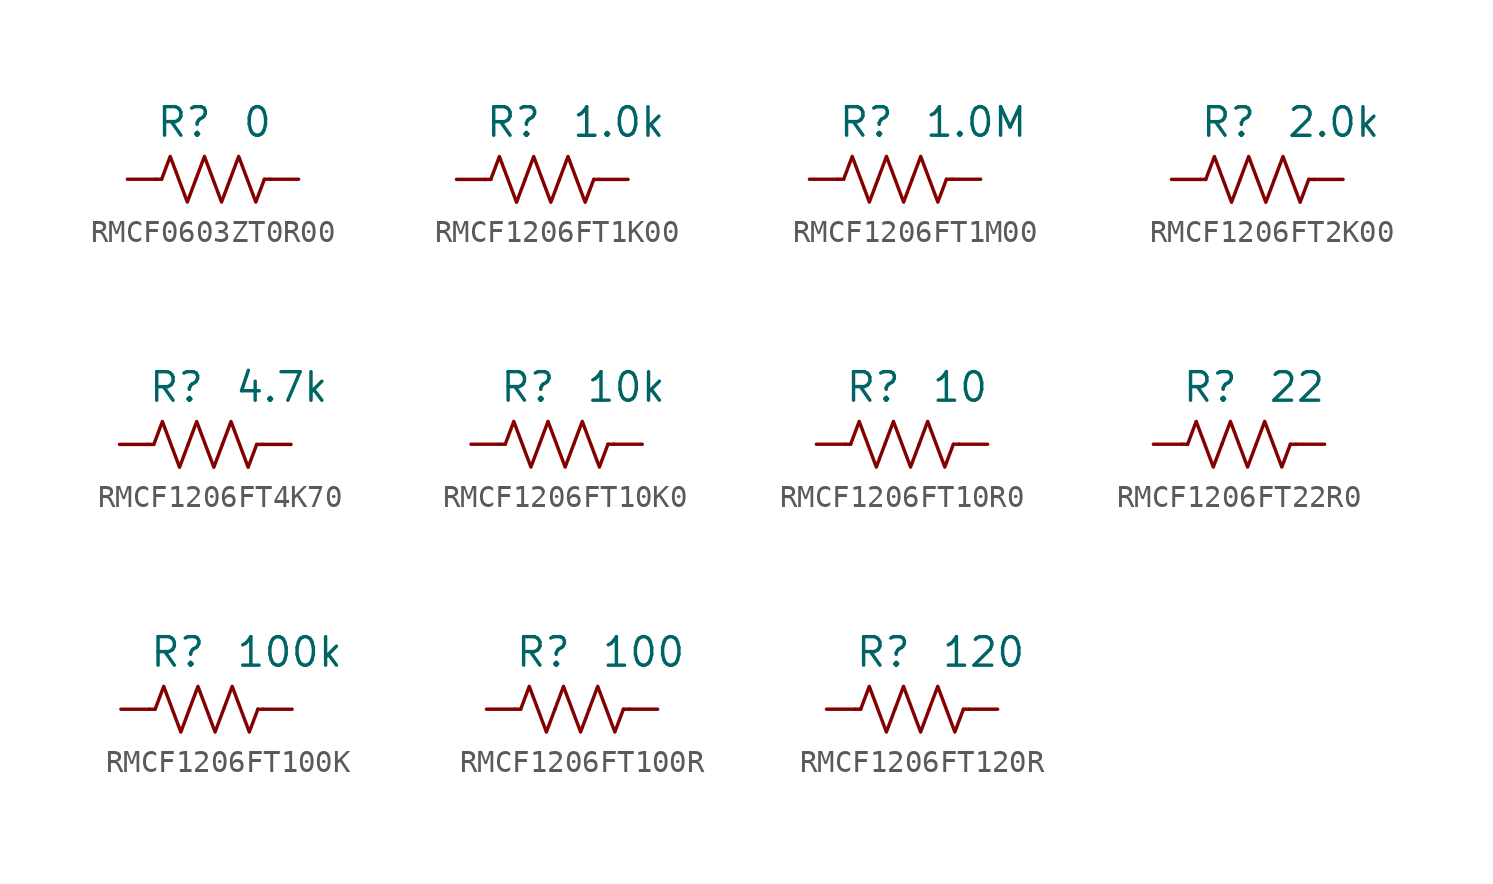
<source format=kicad_sym>
(kicad_symbol_lib
  (version 20241209)
  (generator "kicad_symbol_editor")
  (generator_version "9.0")
  (symbol "RMCF0603ZT0R00"
    (pin_numbers
      (hide yes))
    (property "Reference" "R"
      (at 0 2.54 0)
      (effects (font (size 1.27 1.27)) (justify right)))
    (property "Value" "0"
      (at 1.27 2.54 0)
      (effects (font (size 1.27 1.27)) (justify left)))
    (symbol "RMCF0603ZT0R00_0_1"
      (polyline (pts (xy -2.286 0) (xy -2.54 0)) (stroke (width 0) (type default)) (fill (type none)))
      (polyline (pts (xy -2.286 0) (xy -1.905 1.016) (xy -1.524 0) (xy -1.143 -1.016) (xy -0.762 0)) (stroke (width 0) (type default)) (fill (type none)))
      (polyline (pts (xy -0.762 0) (xy -0.381 1.016) (xy 0 0) (xy 0.381 -1.016) (xy 0.762 0)) (stroke (width 0) (type default)) (fill (type none)))
      (polyline (pts (xy 0.762 0) (xy 1.143 1.016) (xy 1.524 0) (xy 1.905 -1.016) (xy 2.286 0)) (stroke (width 0) (type default)) (fill (type none)))
      (polyline (pts (xy 2.286 0) (xy 2.54 0)) (stroke (width 0) (type default)) (fill (type none))))
    (symbol "RMCF0603ZT0R00_1_1"
      (pin passive line (at -3.81 0 0) (length 1.27) (name "~" (effects (font (size 1.27 1.27)))) (number "1" (effects (font (size 1.27 1.27)))))
      (pin passive line (at 3.81 0 180) (length 1.27) (name "~" (effects (font (size 1.27 1.27)))) (number "2" (effects (font (size 1.27 1.27)))))))
  (symbol "RMCF1206FT1K00"
    (pin_numbers
      (hide yes))
    (property "Reference" "R"
      (at 0 2.54 0)
      (effects (font (size 1.27 1.27)) (justify right)))
    (property "Value" "1.0k"
      (at 1.27 2.54 0)
      (effects (font (size 1.27 1.27)) (justify left)))
    (symbol "RMCF1206FT1K00_0_1"
      (polyline (pts (xy -2.286 0) (xy -2.54 0)) (stroke (width 0) (type default)) (fill (type none)))
      (polyline (pts (xy -2.286 0) (xy -1.905 1.016) (xy -1.524 0) (xy -1.143 -1.016) (xy -0.762 0)) (stroke (width 0) (type default)) (fill (type none)))
      (polyline (pts (xy -0.762 0) (xy -0.381 1.016) (xy 0 0) (xy 0.381 -1.016) (xy 0.762 0)) (stroke (width 0) (type default)) (fill (type none)))
      (polyline (pts (xy 0.762 0) (xy 1.143 1.016) (xy 1.524 0) (xy 1.905 -1.016) (xy 2.286 0)) (stroke (width 0) (type default)) (fill (type none)))
      (polyline (pts (xy 2.286 0) (xy 2.54 0)) (stroke (width 0) (type default)) (fill (type none))))
    (symbol "RMCF1206FT1K00_1_1"
      (pin passive line (at -3.81 0 0) (length 1.27) (name "~" (effects (font (size 1.27 1.27)))) (number "1" (effects (font (size 1.27 1.27)))))
      (pin passive line (at 3.81 0 180) (length 1.27) (name "~" (effects (font (size 1.27 1.27)))) (number "2" (effects (font (size 1.27 1.27)))))))
  (symbol "RMCF1206FT1M00"
    (pin_numbers
      (hide yes))
    (property "Reference" "R"
      (at 0 2.54 0)
      (effects (font (size 1.27 1.27)) (justify right)))
    (property "Value" "1.0M"
      (at 1.27 2.54 0)
      (effects (font (size 1.27 1.27)) (justify left)))
    (symbol "RMCF1206FT1M00_0_1"
      (polyline (pts (xy -2.286 0) (xy -2.54 0)) (stroke (width 0) (type default)) (fill (type none)))
      (polyline (pts (xy -2.286 0) (xy -1.905 1.016) (xy -1.524 0) (xy -1.143 -1.016) (xy -0.762 0)) (stroke (width 0) (type default)) (fill (type none)))
      (polyline (pts (xy -0.762 0) (xy -0.381 1.016) (xy 0 0) (xy 0.381 -1.016) (xy 0.762 0)) (stroke (width 0) (type default)) (fill (type none)))
      (polyline (pts (xy 0.762 0) (xy 1.143 1.016) (xy 1.524 0) (xy 1.905 -1.016) (xy 2.286 0)) (stroke (width 0) (type default)) (fill (type none)))
      (polyline (pts (xy 2.286 0) (xy 2.54 0)) (stroke (width 0) (type default)) (fill (type none))))
    (symbol "RMCF1206FT1M00_1_1"
      (pin passive line (at -3.81 0 0) (length 1.27) (name "~" (effects (font (size 1.27 1.27)))) (number "1" (effects (font (size 1.27 1.27)))))
      (pin passive line (at 3.81 0 180) (length 1.27) (name "~" (effects (font (size 1.27 1.27)))) (number "2" (effects (font (size 1.27 1.27)))))))
  (symbol "RMCF1206FT2K00"
    (pin_numbers
      (hide yes))
    (property "Reference" "R"
      (at 0 2.54 0)
      (effects (font (size 1.27 1.27)) (justify right)))
    (property "Value" "2.0k"
      (at 1.27 2.54 0)
      (effects (font (size 1.27 1.27)) (justify left)))
    (symbol "RMCF1206FT2K00_0_1"
      (polyline (pts (xy -2.286 0) (xy -2.54 0)) (stroke (width 0) (type default)) (fill (type none)))
      (polyline (pts (xy -2.286 0) (xy -1.905 1.016) (xy -1.524 0) (xy -1.143 -1.016) (xy -0.762 0)) (stroke (width 0) (type default)) (fill (type none)))
      (polyline (pts (xy -0.762 0) (xy -0.381 1.016) (xy 0 0) (xy 0.381 -1.016) (xy 0.762 0)) (stroke (width 0) (type default)) (fill (type none)))
      (polyline (pts (xy 0.762 0) (xy 1.143 1.016) (xy 1.524 0) (xy 1.905 -1.016) (xy 2.286 0)) (stroke (width 0) (type default)) (fill (type none)))
      (polyline (pts (xy 2.286 0) (xy 2.54 0)) (stroke (width 0) (type default)) (fill (type none))))
    (symbol "RMCF1206FT2K00_1_1"
      (pin passive line (at -3.81 0 0) (length 1.27) (name "~" (effects (font (size 1.27 1.27)))) (number "1" (effects (font (size 1.27 1.27)))))
      (pin passive line (at 3.81 0 180) (length 1.27) (name "~" (effects (font (size 1.27 1.27)))) (number "2" (effects (font (size 1.27 1.27)))))))
  (symbol "RMCF1206FT4K70"
    (pin_numbers
      (hide yes))
    (property "Reference" "R"
      (at 0 2.54 0)
      (effects (font (size 1.27 1.27)) (justify right)))
    (property "Value" "4.7k"
      (at 1.27 2.54 0)
      (effects (font (size 1.27 1.27)) (justify left)))
    (symbol "RMCF1206FT4K70_0_1"
      (polyline (pts (xy -2.286 0) (xy -2.54 0)) (stroke (width 0) (type default)) (fill (type none)))
      (polyline (pts (xy -2.286 0) (xy -1.905 1.016) (xy -1.524 0) (xy -1.143 -1.016) (xy -0.762 0)) (stroke (width 0) (type default)) (fill (type none)))
      (polyline (pts (xy -0.762 0) (xy -0.381 1.016) (xy 0 0) (xy 0.381 -1.016) (xy 0.762 0)) (stroke (width 0) (type default)) (fill (type none)))
      (polyline (pts (xy 0.762 0) (xy 1.143 1.016) (xy 1.524 0) (xy 1.905 -1.016) (xy 2.286 0)) (stroke (width 0) (type default)) (fill (type none)))
      (polyline (pts (xy 2.286 0) (xy 2.54 0)) (stroke (width 0) (type default)) (fill (type none))))
    (symbol "RMCF1206FT4K70_1_1"
      (pin passive line (at -3.81 0 0) (length 1.27) (name "~" (effects (font (size 1.27 1.27)))) (number "1" (effects (font (size 1.27 1.27)))))
      (pin passive line (at 3.81 0 180) (length 1.27) (name "~" (effects (font (size 1.27 1.27)))) (number "2" (effects (font (size 1.27 1.27)))))))
  (symbol "RMCF1206FT10K0"
    (pin_numbers
      (hide yes))
    (property "Reference" "R"
      (at 0 2.54 0)
      (effects (font (size 1.27 1.27)) (justify right)))
    (property "Value" "10k"
      (at 1.27 2.54 0)
      (effects (font (size 1.27 1.27)) (justify left)))
    (symbol "RMCF1206FT10K0_0_1"
      (polyline (pts (xy -2.286 0) (xy -2.54 0)) (stroke (width 0) (type default)) (fill (type none)))
      (polyline (pts (xy -2.286 0) (xy -1.905 1.016) (xy -1.524 0) (xy -1.143 -1.016) (xy -0.762 0)) (stroke (width 0) (type default)) (fill (type none)))
      (polyline (pts (xy -0.762 0) (xy -0.381 1.016) (xy 0 0) (xy 0.381 -1.016) (xy 0.762 0)) (stroke (width 0) (type default)) (fill (type none)))
      (polyline (pts (xy 0.762 0) (xy 1.143 1.016) (xy 1.524 0) (xy 1.905 -1.016) (xy 2.286 0)) (stroke (width 0) (type default)) (fill (type none)))
      (polyline (pts (xy 2.286 0) (xy 2.54 0)) (stroke (width 0) (type default)) (fill (type none))))
    (symbol "RMCF1206FT10K0_1_1"
      (pin passive line (at -3.81 0 0) (length 1.27) (name "~" (effects (font (size 1.27 1.27)))) (number "1" (effects (font (size 1.27 1.27)))))
      (pin passive line (at 3.81 0 180) (length 1.27) (name "~" (effects (font (size 1.27 1.27)))) (number "2" (effects (font (size 1.27 1.27)))))))
  (symbol "RMCF1206FT10R0"
    (pin_numbers
      (hide yes))
    (property "Reference" "R"
      (at 0 2.54 0)
      (effects (font (size 1.27 1.27)) (justify right)))
    (property "Value" "10"
      (at 1.27 2.54 0)
      (effects (font (size 1.27 1.27)) (justify left)))
    (symbol "RMCF1206FT10R0_0_1"
      (polyline (pts (xy -2.286 0) (xy -2.54 0)) (stroke (width 0) (type default)) (fill (type none)))
      (polyline (pts (xy -2.286 0) (xy -1.905 1.016) (xy -1.524 0) (xy -1.143 -1.016) (xy -0.762 0)) (stroke (width 0) (type default)) (fill (type none)))
      (polyline (pts (xy -0.762 0) (xy -0.381 1.016) (xy 0 0) (xy 0.381 -1.016) (xy 0.762 0)) (stroke (width 0) (type default)) (fill (type none)))
      (polyline (pts (xy 0.762 0) (xy 1.143 1.016) (xy 1.524 0) (xy 1.905 -1.016) (xy 2.286 0)) (stroke (width 0) (type default)) (fill (type none)))
      (polyline (pts (xy 2.286 0) (xy 2.54 0)) (stroke (width 0) (type default)) (fill (type none))))
    (symbol "RMCF1206FT10R0_1_1"
      (pin passive line (at -3.81 0 0) (length 1.27) (name "~" (effects (font (size 1.27 1.27)))) (number "1" (effects (font (size 1.27 1.27)))))
      (pin passive line (at 3.81 0 180) (length 1.27) (name "~" (effects (font (size 1.27 1.27)))) (number "2" (effects (font (size 1.27 1.27)))))))
  (symbol "RMCF1206FT22R0"
    (pin_numbers
      (hide yes))
    (property "Reference" "R"
      (at 0 2.54 0)
      (effects (font (size 1.27 1.27)) (justify right)))
    (property "Value" "22"
      (at 1.27 2.54 0)
      (effects (font (size 1.27 1.27)) (justify left)))
    (symbol "RMCF1206FT22R0_0_1"
      (polyline (pts (xy -2.286 0) (xy -2.54 0)) (stroke (width 0) (type default)) (fill (type none)))
      (polyline (pts (xy -2.286 0) (xy -1.905 1.016) (xy -1.524 0) (xy -1.143 -1.016) (xy -0.762 0)) (stroke (width 0) (type default)) (fill (type none)))
      (polyline (pts (xy -0.762 0) (xy -0.381 1.016) (xy 0 0) (xy 0.381 -1.016) (xy 0.762 0)) (stroke (width 0) (type default)) (fill (type none)))
      (polyline (pts (xy 0.762 0) (xy 1.143 1.016) (xy 1.524 0) (xy 1.905 -1.016) (xy 2.286 0)) (stroke (width 0) (type default)) (fill (type none)))
      (polyline (pts (xy 2.286 0) (xy 2.54 0)) (stroke (width 0) (type default)) (fill (type none))))
    (symbol "RMCF1206FT22R0_1_1"
      (pin passive line (at -3.81 0 0) (length 1.27) (name "~" (effects (font (size 1.27 1.27)))) (number "1" (effects (font (size 1.27 1.27)))))
      (pin passive line (at 3.81 0 180) (length 1.27) (name "~" (effects (font (size 1.27 1.27)))) (number "2" (effects (font (size 1.27 1.27)))))))
  (symbol "RMCF1206FT100K"
    (pin_numbers
      (hide yes))
    (property "Reference" "R"
      (at 0 2.54 0)
      (effects (font (size 1.27 1.27)) (justify right)))
    (property "Value" "100k"
      (at 1.27 2.54 0)
      (effects (font (size 1.27 1.27)) (justify left)))
    (symbol "RMCF1206FT100K_0_1"
      (polyline (pts (xy -2.286 0) (xy -2.54 0)) (stroke (width 0) (type default)) (fill (type none)))
      (polyline (pts (xy -2.286 0) (xy -1.905 1.016) (xy -1.524 0) (xy -1.143 -1.016) (xy -0.762 0)) (stroke (width 0) (type default)) (fill (type none)))
      (polyline (pts (xy -0.762 0) (xy -0.381 1.016) (xy 0 0) (xy 0.381 -1.016) (xy 0.762 0)) (stroke (width 0) (type default)) (fill (type none)))
      (polyline (pts (xy 0.762 0) (xy 1.143 1.016) (xy 1.524 0) (xy 1.905 -1.016) (xy 2.286 0)) (stroke (width 0) (type default)) (fill (type none)))
      (polyline (pts (xy 2.286 0) (xy 2.54 0)) (stroke (width 0) (type default)) (fill (type none))))
    (symbol "RMCF1206FT100K_1_1"
      (pin passive line (at -3.81 0 0) (length 1.27) (name "~" (effects (font (size 1.27 1.27)))) (number "1" (effects (font (size 1.27 1.27)))))
      (pin passive line (at 3.81 0 180) (length 1.27) (name "~" (effects (font (size 1.27 1.27)))) (number "2" (effects (font (size 1.27 1.27)))))))
  (symbol "RMCF1206FT100R"
    (pin_numbers
      (hide yes))
    (property "Reference" "R"
      (at 0 2.54 0)
      (effects (font (size 1.27 1.27)) (justify right)))
    (property "Value" "100"
      (at 1.27 2.54 0)
      (effects (font (size 1.27 1.27)) (justify left)))
    (symbol "RMCF1206FT100R_0_1"
      (polyline (pts (xy -2.286 0) (xy -2.54 0)) (stroke (width 0) (type default)) (fill (type none)))
      (polyline (pts (xy -2.286 0) (xy -1.905 1.016) (xy -1.524 0) (xy -1.143 -1.016) (xy -0.762 0)) (stroke (width 0) (type default)) (fill (type none)))
      (polyline (pts (xy -0.762 0) (xy -0.381 1.016) (xy 0 0) (xy 0.381 -1.016) (xy 0.762 0)) (stroke (width 0) (type default)) (fill (type none)))
      (polyline (pts (xy 0.762 0) (xy 1.143 1.016) (xy 1.524 0) (xy 1.905 -1.016) (xy 2.286 0)) (stroke (width 0) (type default)) (fill (type none)))
      (polyline (pts (xy 2.286 0) (xy 2.54 0)) (stroke (width 0) (type default)) (fill (type none))))
    (symbol "RMCF1206FT100R_1_1"
      (pin passive line (at -3.81 0 0) (length 1.27) (name "~" (effects (font (size 1.27 1.27)))) (number "1" (effects (font (size 1.27 1.27)))))
      (pin passive line (at 3.81 0 180) (length 1.27) (name "~" (effects (font (size 1.27 1.27)))) (number "2" (effects (font (size 1.27 1.27)))))))
  (symbol "RMCF1206FT120R"
    (pin_numbers
      (hide yes))
    (property "Reference" "R"
      (at 0 2.54 0)
      (effects (font (size 1.27 1.27)) (justify right)))
    (property "Value" "120"
      (at 1.27 2.54 0)
      (effects (font (size 1.27 1.27)) (justify left)))
    (symbol "RMCF1206FT120R_0_1"
      (polyline (pts (xy -2.286 0) (xy -2.54 0)) (stroke (width 0) (type default)) (fill (type none)))
      (polyline (pts (xy -2.286 0) (xy -1.905 1.016) (xy -1.524 0) (xy -1.143 -1.016) (xy -0.762 0)) (stroke (width 0) (type default)) (fill (type none)))
      (polyline (pts (xy -0.762 0) (xy -0.381 1.016) (xy 0 0) (xy 0.381 -1.016) (xy 0.762 0)) (stroke (width 0) (type default)) (fill (type none)))
      (polyline (pts (xy 0.762 0) (xy 1.143 1.016) (xy 1.524 0) (xy 1.905 -1.016) (xy 2.286 0)) (stroke (width 0) (type default)) (fill (type none)))
      (polyline (pts (xy 2.286 0) (xy 2.54 0)) (stroke (width 0) (type default)) (fill (type none))))
    (symbol "RMCF1206FT120R_1_1"
      (pin passive line (at -3.81 0 0) (length 1.27) (name "~" (effects (font (size 1.27 1.27)))) (number "1" (effects (font (size 1.27 1.27)))))
      (pin passive line (at 3.81 0 180) (length 1.27) (name "~" (effects (font (size 1.27 1.27)))) (number "2" (effects (font (size 1.27 1.27))))))))
</source>
